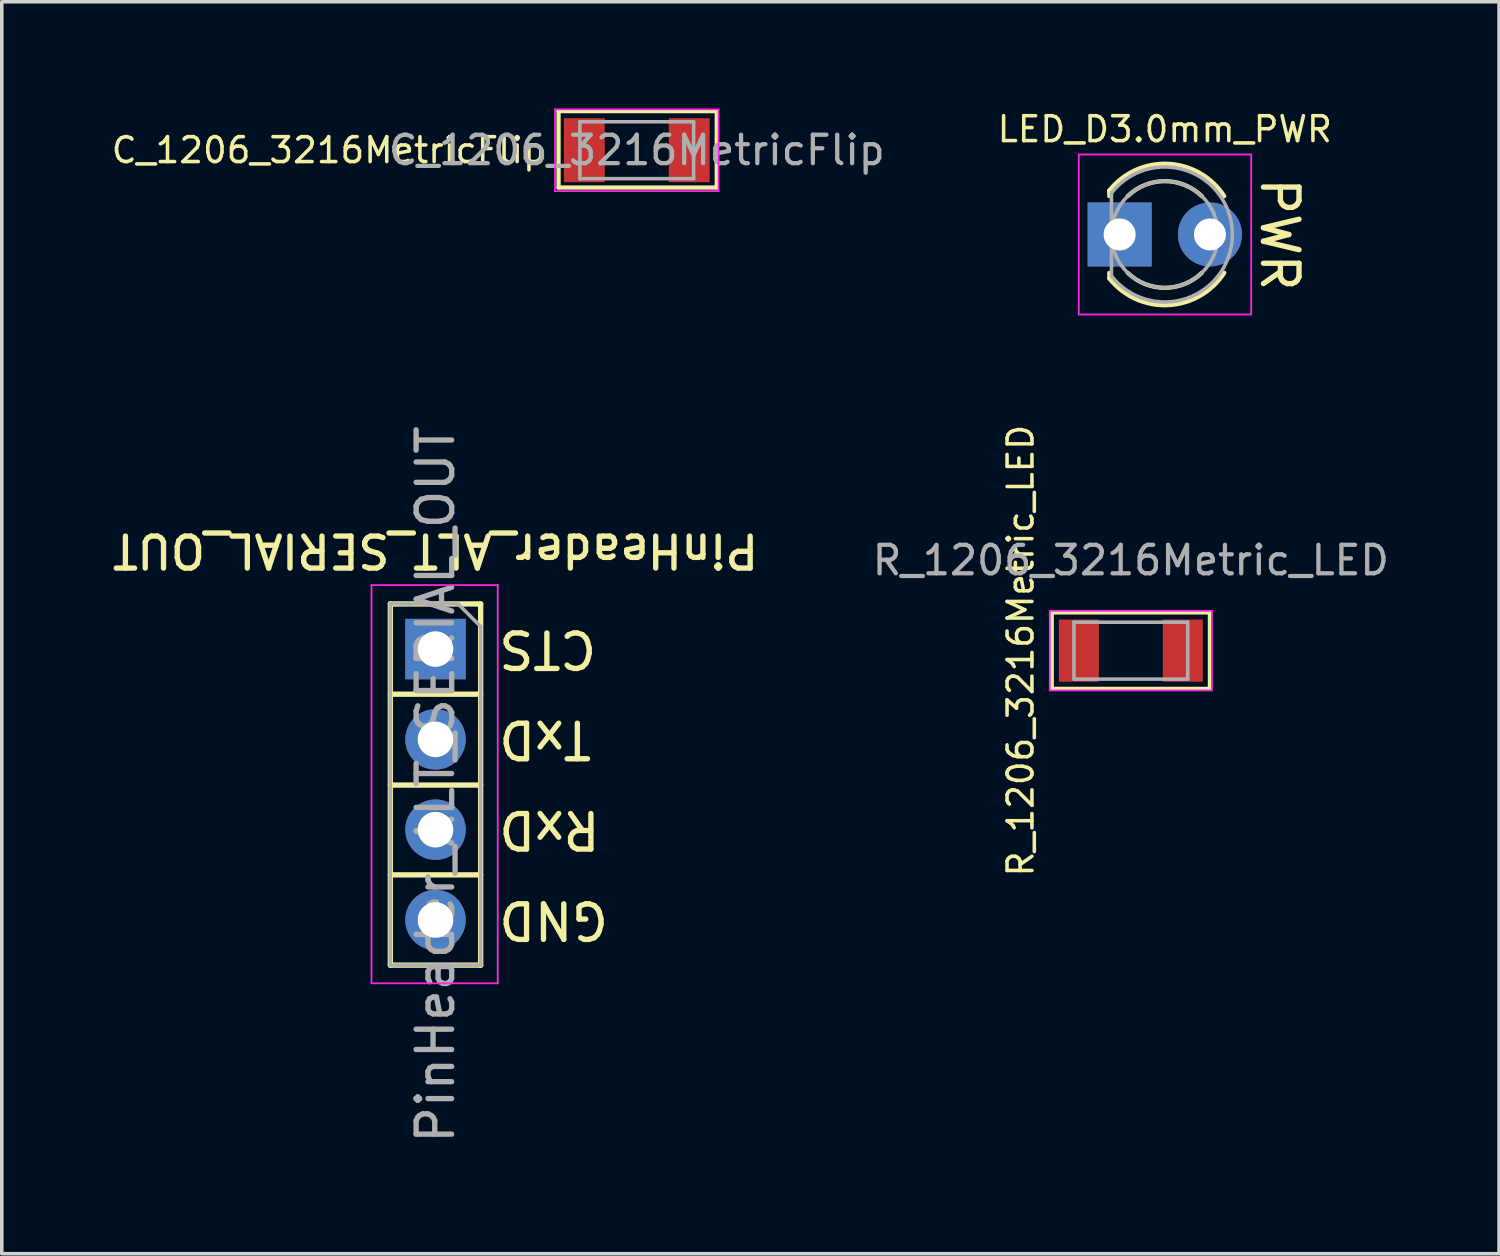
<source format=kicad_pcb>
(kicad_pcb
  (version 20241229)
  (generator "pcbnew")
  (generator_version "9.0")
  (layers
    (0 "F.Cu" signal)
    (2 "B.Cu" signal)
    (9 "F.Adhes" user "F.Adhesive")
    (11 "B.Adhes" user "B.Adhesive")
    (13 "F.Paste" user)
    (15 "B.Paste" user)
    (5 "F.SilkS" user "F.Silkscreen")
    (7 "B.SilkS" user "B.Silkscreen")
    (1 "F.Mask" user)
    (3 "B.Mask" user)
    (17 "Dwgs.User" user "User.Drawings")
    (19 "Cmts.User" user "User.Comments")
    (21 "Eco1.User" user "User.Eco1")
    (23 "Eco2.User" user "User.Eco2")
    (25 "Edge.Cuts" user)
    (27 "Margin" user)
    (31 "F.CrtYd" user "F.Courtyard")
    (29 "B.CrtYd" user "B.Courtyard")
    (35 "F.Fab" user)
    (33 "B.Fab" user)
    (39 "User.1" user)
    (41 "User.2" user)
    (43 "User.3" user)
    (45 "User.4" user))
  (footprint "PinHeader_ALT_SERIAL_OUT"
    (layer "F.Cu")
    (at 9.199 15.206)
    (property "Reference" "PinHeader_ALT_SERIAL_OUT" (at 0 -2.77 180) (unlocked yes) (layer "F.SilkS") (effects (font (size 0.9 0.9) (thickness 0.15))))
    (attr through_hole)
    (fp_line (start -1.27 -1.27) (end 1.27 -1.27) (stroke (width 0.15) (type solid)) (layer "F.SilkS"))
    (fp_line (start -1.27 1.27) (end 1.27 1.27) (stroke (width 0.15) (type solid)) (layer "F.SilkS"))
    (fp_line (start -1.27 3.825) (end 1.27 3.825) (stroke (width 0.15) (type solid)) (layer "F.SilkS"))
    (fp_line (start -1.27 6.35) (end 1.27 6.35) (stroke (width 0.15) (type solid)) (layer "F.SilkS"))
    (fp_line (start -1.27 8.89) (end -1.27 -1.27) (stroke (width 0.15) (type solid)) (layer "F.SilkS"))
    (fp_line (start -1.27 8.89) (end 1.27 8.89) (stroke (width 0.15) (type solid)) (layer "F.SilkS"))
    (fp_line (start 1.27 8.89) (end 1.27 -1.27) (stroke (width 0.15) (type solid)) (layer "F.SilkS"))
    (fp_line (start -1.8 -1.8) (end 1.75 -1.8) (stroke (width 0.05) (type solid)) (layer "F.CrtYd"))
    (fp_line (start -1.8 9.4) (end -1.8 -1.8) (stroke (width 0.05) (type solid)) (layer "F.CrtYd"))
    (fp_line (start 1.75 -1.8) (end 1.75 9.4) (stroke (width 0.05) (type solid)) (layer "F.CrtYd"))
    (fp_line (start 1.75 9.4) (end -1.8 9.4) (stroke (width 0.05) (type solid)) (layer "F.CrtYd"))
    (fp_line (start -1.27 -1.27) (end 0.635 -1.27) (stroke (width 0.1) (type solid)) (layer "F.Fab"))
    (fp_line (start -1.27 8.89) (end -1.27 -1.27) (stroke (width 0.1) (type solid)) (layer "F.Fab"))
    (fp_line (start 0.635 -1.27) (end 1.27 -0.635) (stroke (width 0.1) (type solid)) (layer "F.Fab"))
    (fp_line (start 1.27 -0.635) (end 1.27 8.89) (stroke (width 0.1) (type solid)) (layer "F.Fab"))
    (fp_line (start 1.27 8.89) (end -1.27 8.89) (stroke (width 0.1) (type solid)) (layer "F.Fab"))
    (fp_text user "CTS" (at 1.7 0 180) (unlocked yes) (layer "F.SilkS") (effects (font (size 1 1) (thickness 0.15)) (justify right)))
    (fp_text user "RxD" (at 1.7 5.08 180) (unlocked yes) (layer "F.SilkS") (effects (font (size 1 1) (thickness 0.15)) (justify right)))
    (fp_text user "TxD" (at 1.7 2.54 180) (unlocked yes) (layer "F.SilkS") (effects (font (size 1 1) (thickness 0.15)) (justify right)))
    (fp_text user "GND" (at 1.7 7.62 180) (unlocked yes) (layer "F.SilkS") (effects (font (size 1 1) (thickness 0.15)) (justify right)))
    (fp_text user "${REFERENCE}" (at 0 3.81 90) (layer "F.Fab") (effects (font (size 1 1) (thickness 0.15))))
    (pad "1" thru_hole rect (at 0 0) (size 1.7 1.7) (drill 1) (layers "*.Cu" "*.Mask"))
    (pad "2" thru_hole oval (at 0 2.54) (size 1.7 1.7) (drill 1) (layers "*.Cu" "*.Mask"))
    (pad "3" thru_hole oval (at 0 5.08) (size 1.7 1.7) (drill 1) (layers "*.Cu" "*.Mask"))
    (pad "4" thru_hole oval (at 0 7.62) (size 1.7 1.7) (drill 1) (layers "*.Cu" "*.Mask")))
  (footprint "LED_D3.0mm_PWR"
    (layer "F.Cu")
    (at 28.441 3.545)
    (property "Reference" "LED_D3.0mm_PWR" (at 1.27 -2.96 0) (unlocked yes) (layer "F.SilkS") (effects (font (size 0.7 0.7) (thickness 0.1))))
    (attr through_hole)
    (fp_line (start -0.29 -1.236) (end -0.29 -1.08) (stroke (width 0.12) (type solid)) (layer "F.SilkS"))
    (fp_line (start -0.29 1.08) (end -0.29 1.236) (stroke (width 0.12) (type solid)) (layer "F.SilkS"))
    (fp_arc (start -0.29 -1.235516) (mid 1.366487 -1.987659) (end 2.942335 -1.078608) (stroke (width 0.12) (type solid)) (layer "F.SilkS"))
    (fp_arc (start 0.229039 -1.08) (mid 1.270117 -1.5) (end 2.31113 -1.079837) (stroke (width 0.12) (type solid)) (layer "F.SilkS"))
    (fp_arc (start 2.31113 1.079837) (mid 1.270117 1.5) (end 0.229039 1.08) (stroke (width 0.12) (type solid)) (layer "F.SilkS"))
    (fp_arc (start 2.942335 1.078608) (mid 1.366487 1.987659) (end -0.29 1.235516) (stroke (width 0.12) (type solid)) (layer "F.SilkS"))
    (fp_line (start -1.15 -2.25) (end -1.15 2.25) (stroke (width 0.05) (type solid)) (layer "F.CrtYd"))
    (fp_line (start -1.15 2.25) (end 3.7 2.25) (stroke (width 0.05) (type solid)) (layer "F.CrtYd"))
    (fp_line (start 3.7 -2.25) (end -1.15 -2.25) (stroke (width 0.05) (type solid)) (layer "F.CrtYd"))
    (fp_line (start 3.7 2.25) (end 3.7 -2.25) (stroke (width 0.05) (type solid)) (layer "F.CrtYd"))
    (fp_line (start -0.23 -1.166) (end -0.23 1.166) (stroke (width 0.1) (type solid)) (layer "F.Fab"))
    (fp_arc (start -0.23 -1.16619) (mid 3.17 0.000452) (end -0.230555 1.165476) (stroke (width 0.1) (type solid)) (layer "F.Fab"))
    (fp_circle (center 1.27 0) (end 2.77 0) (stroke (width 0.1) (type solid)) (fill no) (layer "F.Fab"))
    (fp_text user "PWR" (at 4.5 0 270) (unlocked yes) (layer "F.SilkS") (effects (font (size 1 1) (thickness 0.15))))
    (pad "1" thru_hole rect (at 0 0) (size 1.8 1.8) (drill 0.9) (layers "*.Cu" "*.Mask"))
    (pad "2" thru_hole circle (at 2.54 0) (size 1.8 1.8) (drill 0.9) (layers "*.Cu" "*.Mask")))
  (footprint "C_1206_3216MetricFlip"
    (layer "F.Cu")
    (at 14.86 1.175)
    (property "Reference" "C_1206_3216MetricFlip" (at -2.5 0 0) (unlocked yes) (layer "F.SilkS") (effects (font (size 0.7 0.7) (thickness 0.1)) (justify right)))
    (attr smd)
    (fp_line (start -2.2 -1.1) (end 2.25 -1.1) (stroke (width 0.12) (type solid)) (layer "F.SilkS"))
    (fp_line (start -2.2 1.05) (end -2.2 -1.1) (stroke (width 0.12) (type solid)) (layer "F.SilkS"))
    (fp_line (start -2.2 1.05) (end 2.25 1.05) (stroke (width 0.12) (type solid)) (layer "F.SilkS"))
    (fp_line (start 2.25 1.05) (end 2.25 -1.1) (stroke (width 0.12) (type solid)) (layer "F.SilkS"))
    (fp_line (start -2.3 -1.15) (end 2.3 -1.15) (stroke (width 0.05) (type solid)) (layer "F.CrtYd"))
    (fp_line (start -2.3 1.15) (end -2.3 -1.15) (stroke (width 0.05) (type solid)) (layer "F.CrtYd"))
    (fp_line (start 2.3 -1.15) (end 2.3 1.15) (stroke (width 0.05) (type solid)) (layer "F.CrtYd"))
    (fp_line (start 2.3 1.15) (end -2.3 1.15) (stroke (width 0.05) (type solid)) (layer "F.CrtYd"))
    (fp_line (start -1.6 -0.8) (end 1.6 -0.8) (stroke (width 0.1) (type solid)) (layer "F.Fab"))
    (fp_line (start -1.6 0.8) (end -1.6 -0.8) (stroke (width 0.1) (type solid)) (layer "F.Fab"))
    (fp_line (start 1.6 -0.8) (end 1.6 0.8) (stroke (width 0.1) (type solid)) (layer "F.Fab"))
    (fp_line (start 1.6 0.8) (end -1.6 0.8) (stroke (width 0.1) (type solid)) (layer "F.Fab"))
    (fp_text user "${REFERENCE}" (at 0 0 0) (layer "F.Fab") (effects (font (size 0.8 0.8) (thickness 0.12))))
    (pad "1" smd rect (at -1.475 0) (size 1.15 1.8) (layers "F.Cu" "F.Mask" "F.Paste"))
    (pad "2" smd rect (at 1.475 0) (size 1.15 1.8) (layers "F.Cu" "F.Mask" "F.Paste")))
  (footprint "R_1206_3216Metric_LED"
    (layer "F.Cu")
    (at 28.756 15.25)
    (property "Reference" "R_1206_3216Metric_LED" (at -3.1 0 90) (unlocked yes) (layer "F.SilkS") (effects (font (size 0.7 0.7) (thickness 0.1))))
    (attr smd)
    (fp_line (start -2.225 -1.075) (end 2.225 -1.075) (stroke (width 0.12) (type solid)) (layer "F.SilkS"))
    (fp_line (start -2.225 1.075) (end -2.225 -1.075) (stroke (width 0.12) (type solid)) (layer "F.SilkS"))
    (fp_line (start -2.225 1.075) (end 2.225 1.075) (stroke (width 0.12) (type solid)) (layer "F.SilkS"))
    (fp_line (start 2.225 1.075) (end 2.225 -1.075) (stroke (width 0.12) (type solid)) (layer "F.SilkS"))
    (fp_line (start -2.28 -1.12) (end 2.28 -1.12) (stroke (width 0.05) (type solid)) (layer "F.CrtYd"))
    (fp_line (start -2.28 1.12) (end -2.28 -1.12) (stroke (width 0.05) (type solid)) (layer "F.CrtYd"))
    (fp_line (start 2.28 -1.12) (end 2.28 1.12) (stroke (width 0.05) (type solid)) (layer "F.CrtYd"))
    (fp_line (start 2.28 1.12) (end -2.28 1.12) (stroke (width 0.05) (type solid)) (layer "F.CrtYd"))
    (fp_line (start -1.6 -0.8) (end 1.6 -0.8) (stroke (width 0.1) (type solid)) (layer "F.Fab"))
    (fp_line (start -1.6 0.8) (end -1.6 -0.8) (stroke (width 0.1) (type solid)) (layer "F.Fab"))
    (fp_line (start 1.6 -0.8) (end 1.6 0.8) (stroke (width 0.1) (type solid)) (layer "F.Fab"))
    (fp_line (start 1.6 0.8) (end -1.6 0.8) (stroke (width 0.1) (type solid)) (layer "F.Fab"))
    (fp_text user "${REFERENCE}" (at 0 -2.54 0) (layer "F.Fab") (effects (font (size 0.8 0.8) (thickness 0.12))))
    (pad "1" smd rect (at -1.462 0) (size 1.125 1.75) (layers "F.Cu" "F.Mask" "F.Paste"))
    (pad "2" smd rect (at 1.462 0) (size 1.125 1.75) (layers "F.Cu" "F.Mask" "F.Paste")))
  (gr_rect
    (start -3 -3)
    (end 39.113 32.213)
    (stroke (width 0.1) (type default))
    (fill no)
    (layer "Edge.Cuts")))
</source>
